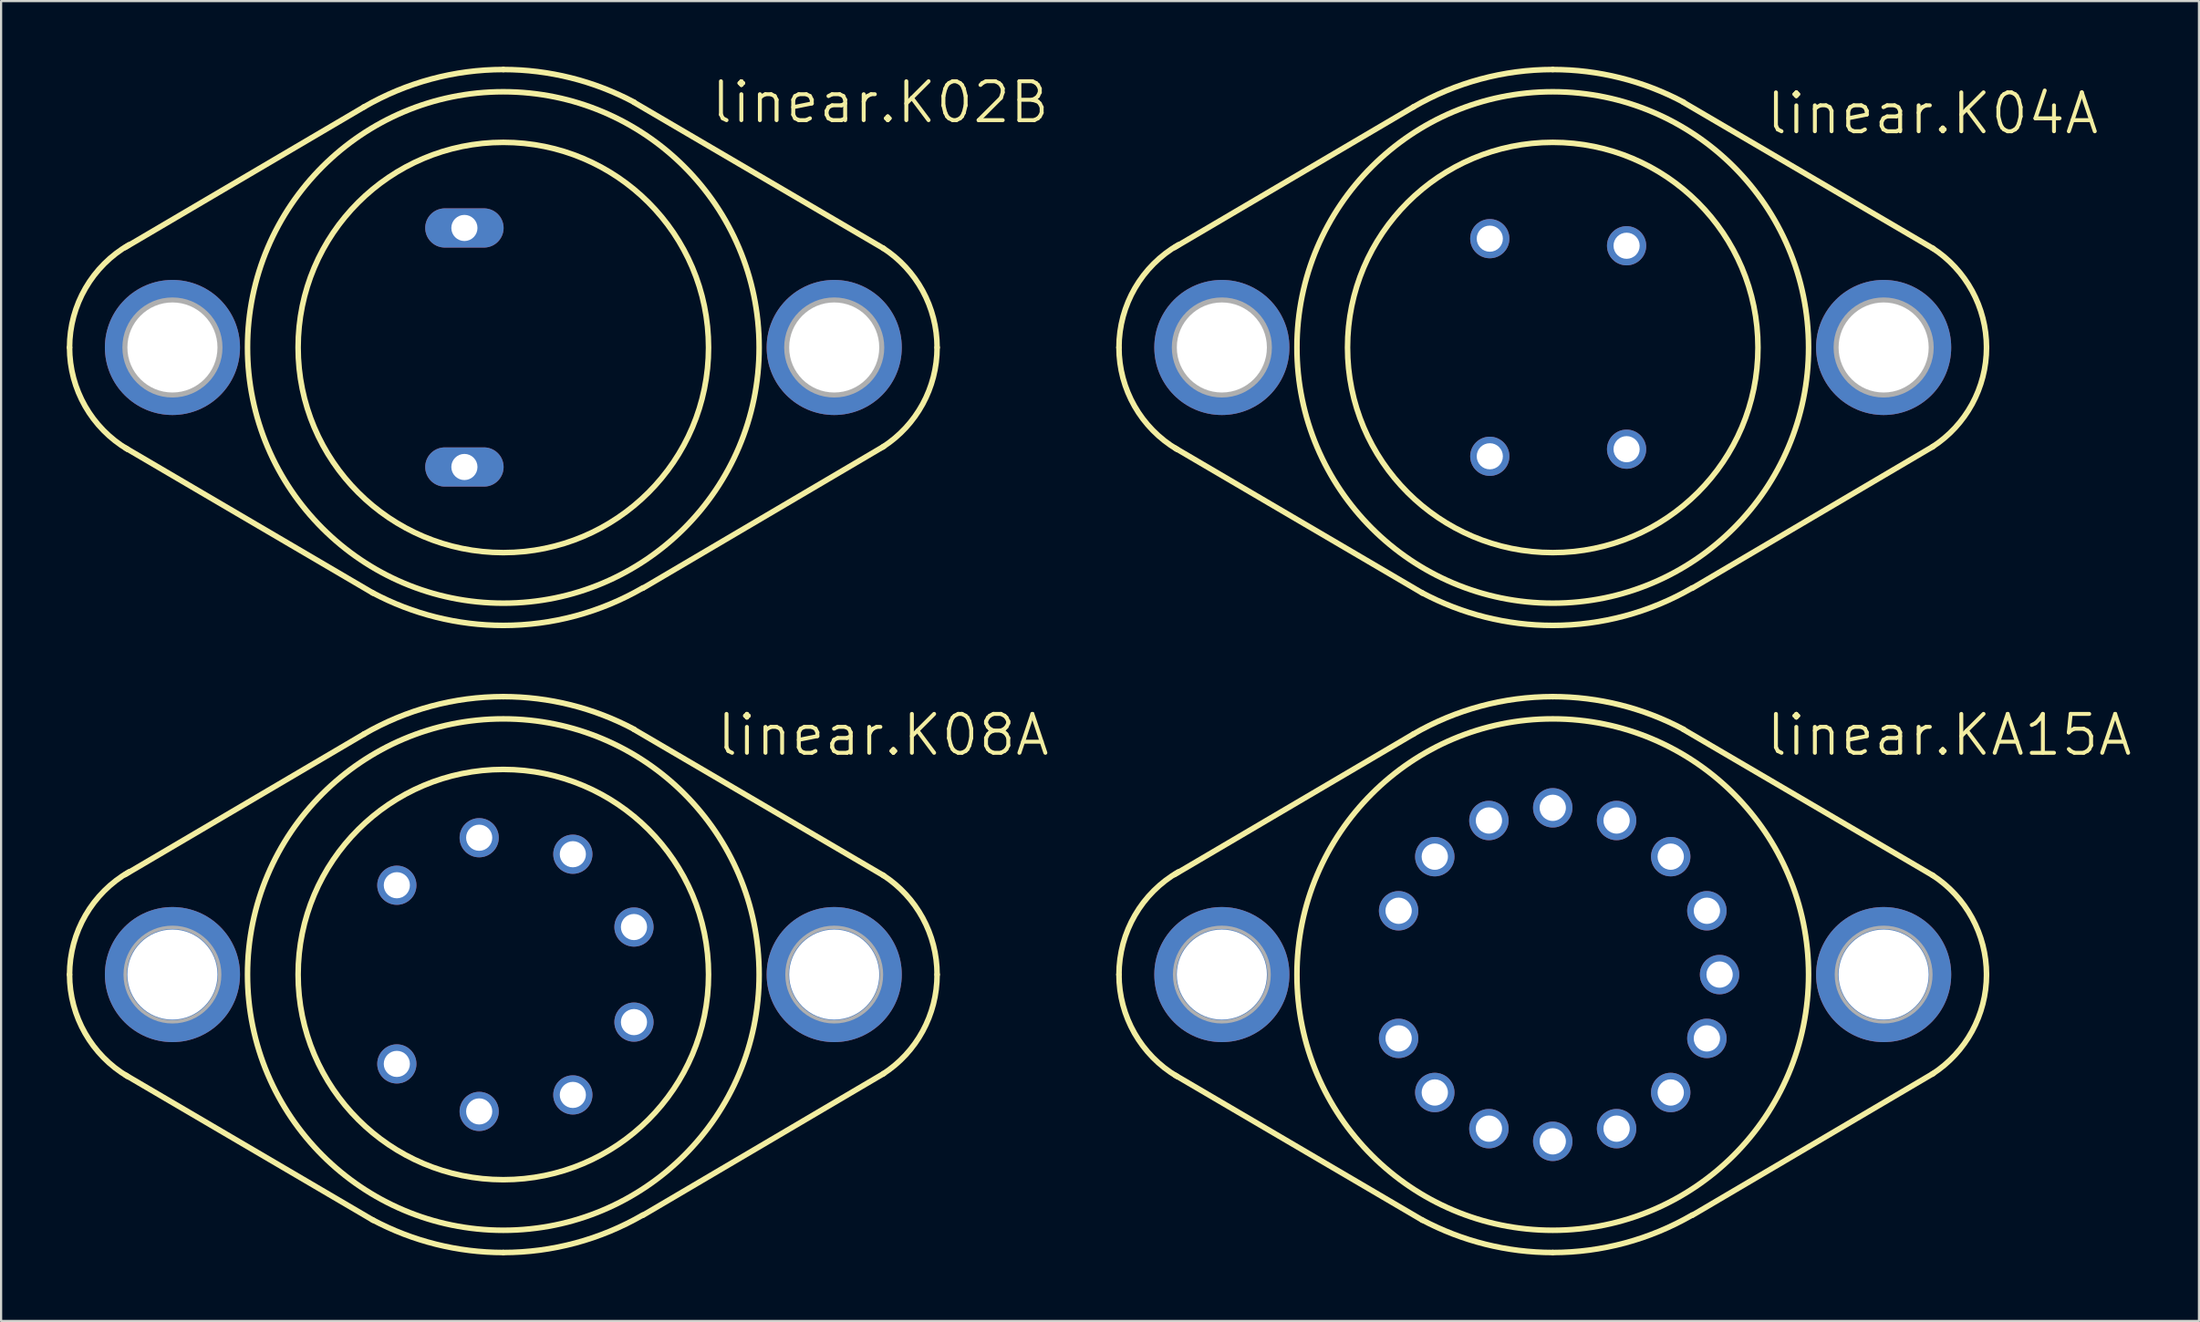
<source format=kicad_pcb>
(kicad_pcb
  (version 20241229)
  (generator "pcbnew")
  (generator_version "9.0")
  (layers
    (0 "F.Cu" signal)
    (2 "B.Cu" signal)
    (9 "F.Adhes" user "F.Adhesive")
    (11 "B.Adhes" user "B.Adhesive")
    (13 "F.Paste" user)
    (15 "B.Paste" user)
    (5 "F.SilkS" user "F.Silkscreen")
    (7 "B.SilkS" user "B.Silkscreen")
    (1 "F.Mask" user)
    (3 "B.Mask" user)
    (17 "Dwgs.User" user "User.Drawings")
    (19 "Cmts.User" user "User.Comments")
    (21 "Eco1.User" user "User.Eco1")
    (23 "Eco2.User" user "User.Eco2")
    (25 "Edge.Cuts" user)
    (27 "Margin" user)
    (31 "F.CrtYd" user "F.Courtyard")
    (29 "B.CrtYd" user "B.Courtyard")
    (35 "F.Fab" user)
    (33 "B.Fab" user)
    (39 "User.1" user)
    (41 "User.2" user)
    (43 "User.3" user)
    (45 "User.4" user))
  (footprint "linear.KA15A"
    (layer "F.Cu")
    (at 67.87 41.481)
    (property "Reference" "linear.KA15A" (at 9.652 -9.906 0) (layer "F.SilkS") (effects (font (size 1.778 1.778) (thickness 0.18)) (justify left bottom)))
    (attr through_hole)
    (fp_line (start -6.35 -10.998) (end -17.272 -4.572) (stroke (width 0.254) (type default)) (layer "F.SilkS"))
    (fp_line (start -5.944 11.227) (end -17.247 4.597) (stroke (width 0.254) (type default)) (layer "F.SilkS"))
    (fp_line (start 5.969 -11.201) (end 17.374 -4.521) (stroke (width 0.254) (type default)) (layer "F.SilkS"))
    (fp_line (start 6.375 10.998) (end 17.374 4.521) (stroke (width 0.254) (type default)) (layer "F.SilkS"))
    (fp_arc (start -19.812 0) (mid -19.08306 -2.712168) (end -17.0927 -4.6935) (stroke (width 0.254) (type default)) (layer "F.SilkS"))
    (fp_arc (start -17.1555 4.657) (mid -19.101186 2.680705) (end -19.812 0) (stroke (width 0.254) (type default)) (layer "F.SilkS"))
    (fp_arc (start -6.3718 -10.9859) (mid -3.299165 -12.263989) (end 0 -12.7) (stroke (width 0.254) (type default)) (layer "F.SilkS"))
    (fp_arc (start 0 -12.7) (mid 3.080216 -12.320822) (end 5.9765 -11.2059) (stroke (width 0.254) (type default)) (layer "F.SilkS"))
    (fp_arc (start 0 12.7) (mid -3.080216 12.320822) (end -5.9765 11.2059) (stroke (width 0.254) (type default)) (layer "F.SilkS"))
    (fp_arc (start 6.3718 10.9859) (mid 3.299165 12.263989) (end 0 12.7) (stroke (width 0.254) (type default)) (layer "F.SilkS"))
    (fp_arc (start 17.3366 -4.545) (mid 19.153012 -2.587691) (end 19.812 0) (stroke (width 0.254) (type default)) (layer "F.SilkS"))
    (fp_arc (start 19.812 0) (mid 19.153012 2.587691) (end 17.3366 4.545) (stroke (width 0.254) (type default)) (layer "F.SilkS"))
    (fp_circle (center 0 0) (end 11.684 0) (stroke (width 0.254) (type default)) (fill no) (layer "F.SilkS"))
    (fp_circle (center -15.113 0) (end -12.954 0) (stroke (width 0.152) (type default)) (fill no) (layer "F.Fab"))
    (fp_circle (center 15.113 0) (end 17.272 0) (stroke (width 0.152) (type default)) (fill no) (layer "F.Fab"))
    (pad "1" thru_hole circle (at -7.04 2.916) (size 1.8 1.8) (drill 1.2) (layers "*.Cu" "*.Mask"))
    (pad "2" thru_hole circle (at -5.388 5.388) (size 1.8 1.8) (drill 1.2) (layers "*.Cu" "*.Mask"))
    (pad "3" thru_hole circle (at -2.916 7.04) (size 1.8 1.8) (drill 1.2) (layers "*.Cu" "*.Mask"))
    (pad "4" thru_hole circle (at 0 7.62) (size 1.8 1.8) (drill 1.2) (layers "*.Cu" "*.Mask"))
    (pad "5" thru_hole circle (at 2.916 7.04) (size 1.8 1.8) (drill 1.2) (layers "*.Cu" "*.Mask"))
    (pad "6" thru_hole circle (at 5.388 5.388) (size 1.8 1.8) (drill 1.2) (layers "*.Cu" "*.Mask"))
    (pad "7" thru_hole circle (at 7.04 2.916) (size 1.8 1.8) (drill 1.2) (layers "*.Cu" "*.Mask"))
    (pad "8" thru_hole circle (at 7.62 0) (size 1.8 1.8) (drill 1.2) (layers "*.Cu" "*.Mask"))
    (pad "9" thru_hole circle (at 7.04 -2.916) (size 1.8 1.8) (drill 1.2) (layers "*.Cu" "*.Mask"))
    (pad "10" thru_hole circle (at 5.388 -5.388) (size 1.8 1.8) (drill 1.2) (layers "*.Cu" "*.Mask"))
    (pad "11" thru_hole circle (at 2.916 -7.04) (size 1.8 1.8) (drill 1.2) (layers "*.Cu" "*.Mask"))
    (pad "12" thru_hole circle (at 0 -7.62) (size 1.8 1.8) (drill 1.2) (layers "*.Cu" "*.Mask"))
    (pad "13" thru_hole circle (at -2.916 -7.04) (size 1.8 1.8) (drill 1.2) (layers "*.Cu" "*.Mask"))
    (pad "14" thru_hole circle (at -5.388 -5.388) (size 1.8 1.8) (drill 1.2) (layers "*.Cu" "*.Mask"))
    (pad "15" thru_hole circle (at -7.04 -2.916) (size 1.8 1.8) (drill 1.2) (layers "*.Cu" "*.Mask"))
    (pad "16" thru_hole circle (at -15.113 0) (size 6.172 6.172) (drill 4.115) (layers "*.Cu" "*.Mask"))
    (pad "16/" thru_hole circle (at 15.113 0) (size 6.172 6.172) (drill 4.115) (layers "*.Cu" "*.Mask")))
  (footprint "linear.K04A"
    (layer "F.Cu")
    (at 67.87 12.827)
    (property "Reference" "linear.K04A" (at 9.652 -9.652 0) (layer "F.SilkS") (effects (font (size 1.778 1.778) (thickness 0.18)) (justify left bottom)))
    (attr through_hole)
    (fp_line (start -6.35 -10.998) (end -17.272 -4.572) (stroke (width 0.254) (type default)) (layer "F.SilkS"))
    (fp_line (start -5.944 11.227) (end -17.247 4.597) (stroke (width 0.254) (type default)) (layer "F.SilkS"))
    (fp_line (start 5.969 -11.201) (end 17.374 -4.521) (stroke (width 0.254) (type default)) (layer "F.SilkS"))
    (fp_line (start 6.375 10.998) (end 17.374 4.521) (stroke (width 0.254) (type default)) (layer "F.SilkS"))
    (fp_arc (start -19.812 0) (mid -19.08306 -2.712168) (end -17.0927 -4.6935) (stroke (width 0.254) (type default)) (layer "F.SilkS"))
    (fp_arc (start -17.1555 4.657) (mid -19.101186 2.680705) (end -19.812 0) (stroke (width 0.254) (type default)) (layer "F.SilkS"))
    (fp_arc (start -6.3718 -10.9859) (mid -3.299165 -12.263989) (end 0 -12.7) (stroke (width 0.254) (type default)) (layer "F.SilkS"))
    (fp_arc (start 0 -12.7) (mid 3.080216 -12.320822) (end 5.9765 -11.2059) (stroke (width 0.254) (type default)) (layer "F.SilkS"))
    (fp_arc (start 0 12.7) (mid -3.080216 12.320822) (end -5.9765 11.2059) (stroke (width 0.254) (type default)) (layer "F.SilkS"))
    (fp_arc (start 6.3718 10.9859) (mid 3.299165 12.263989) (end 0 12.7) (stroke (width 0.254) (type default)) (layer "F.SilkS"))
    (fp_arc (start 17.3366 -4.545) (mid 19.153012 -2.587691) (end 19.812 0) (stroke (width 0.254) (type default)) (layer "F.SilkS"))
    (fp_arc (start 19.812 0) (mid 19.153012 2.587691) (end 17.3366 4.545) (stroke (width 0.254) (type default)) (layer "F.SilkS"))
    (fp_circle (center 0 0) (end 9.373 0) (stroke (width 0.254) (type default)) (fill no) (layer "F.SilkS"))
    (fp_circle (center 0 0) (end 11.684 0) (stroke (width 0.254) (type default)) (fill no) (layer "F.SilkS"))
    (fp_circle (center -15.113 0) (end -12.954 0) (stroke (width 0.254) (type default)) (fill no) (layer "F.Fab"))
    (fp_circle (center 15.113 0) (end 17.272 0) (stroke (width 0.254) (type default)) (fill no) (layer "F.Fab"))
    (pad "1" thru_hole circle (at -2.875 4.972) (size 1.791 1.791) (drill 1.194) (layers "*.Cu" "*.Mask"))
    (pad "2" thru_hole circle (at 3.373 4.648) (size 1.791 1.791) (drill 1.194) (layers "*.Cu" "*.Mask"))
    (pad "3" thru_hole circle (at 3.373 -4.648) (size 1.791 1.791) (drill 1.194) (layers "*.Cu" "*.Mask"))
    (pad "4" thru_hole circle (at -2.875 -4.972) (size 1.791 1.791) (drill 1.194) (layers "*.Cu" "*.Mask"))
    (pad "5" thru_hole circle (at 15.113 0) (size 6.172 6.172) (drill 4.115) (layers "*.Cu" "*.Mask"))
    (pad "5/" thru_hole circle (at -15.113 0) (size 6.172 6.172) (drill 4.115) (layers "*.Cu" "*.Mask")))
  (footprint "linear.K08A"
    (layer "F.Cu")
    (at 19.939 41.481)
    (property "Reference" "linear.K08A" (at 9.652 -9.906 0) (layer "F.SilkS") (effects (font (size 1.778 1.778) (thickness 0.18)) (justify left bottom)))
    (attr through_hole)
    (fp_line (start -6.35 -10.998) (end -17.272 -4.572) (stroke (width 0.254) (type default)) (layer "F.SilkS"))
    (fp_line (start -5.944 11.227) (end -17.247 4.597) (stroke (width 0.254) (type default)) (layer "F.SilkS"))
    (fp_line (start 5.969 -11.201) (end 17.374 -4.521) (stroke (width 0.254) (type default)) (layer "F.SilkS"))
    (fp_line (start 6.375 10.998) (end 17.374 4.521) (stroke (width 0.254) (type default)) (layer "F.SilkS"))
    (fp_arc (start -19.812 0) (mid -19.08306 -2.712168) (end -17.0927 -4.6935) (stroke (width 0.254) (type default)) (layer "F.SilkS"))
    (fp_arc (start -17.1555 4.657) (mid -19.101186 2.680705) (end -19.812 0) (stroke (width 0.254) (type default)) (layer "F.SilkS"))
    (fp_arc (start -6.3718 -10.9859) (mid -3.299165 -12.263989) (end 0 -12.7) (stroke (width 0.254) (type default)) (layer "F.SilkS"))
    (fp_arc (start 0 -12.7) (mid 3.080216 -12.320822) (end 5.9765 -11.2059) (stroke (width 0.254) (type default)) (layer "F.SilkS"))
    (fp_arc (start 0 12.7) (mid -3.080216 12.320822) (end -5.9765 11.2059) (stroke (width 0.254) (type default)) (layer "F.SilkS"))
    (fp_arc (start 6.3718 10.9859) (mid 3.299165 12.263989) (end 0 12.7) (stroke (width 0.254) (type default)) (layer "F.SilkS"))
    (fp_arc (start 17.3366 -4.545) (mid 19.153012 -2.587691) (end 19.812 0) (stroke (width 0.254) (type default)) (layer "F.SilkS"))
    (fp_arc (start 19.812 0) (mid 19.153012 2.587691) (end 17.3366 4.545) (stroke (width 0.254) (type default)) (layer "F.SilkS"))
    (fp_circle (center 0 0) (end 9.373 0) (stroke (width 0.254) (type default)) (fill no) (layer "F.SilkS"))
    (fp_circle (center 0 0) (end 11.684 0) (stroke (width 0.254) (type default)) (fill no) (layer "F.SilkS"))
    (fp_circle (center -15.113 0) (end -12.954 0) (stroke (width 0.152) (type default)) (fill no) (layer "F.Fab"))
    (fp_circle (center 15.113 0) (end 17.272 0) (stroke (width 0.152) (type default)) (fill no) (layer "F.Fab"))
    (pad "1" thru_hole circle (at -4.864 4.082) (size 1.791 1.791) (drill 1.194) (layers "*.Cu" "*.Mask"))
    (pad "2" thru_hole circle (at -1.103 6.253) (size 1.791 1.791) (drill 1.194) (layers "*.Cu" "*.Mask"))
    (pad "3" thru_hole circle (at 3.175 5.499) (size 1.791 1.791) (drill 1.194) (layers "*.Cu" "*.Mask"))
    (pad "4" thru_hole circle (at 5.967 2.172) (size 1.791 1.791) (drill 1.194) (layers "*.Cu" "*.Mask"))
    (pad "5" thru_hole circle (at 5.967 -2.172) (size 1.791 1.791) (drill 1.194) (layers "*.Cu" "*.Mask"))
    (pad "6" thru_hole circle (at 3.175 -5.499) (size 1.791 1.791) (drill 1.194) (layers "*.Cu" "*.Mask"))
    (pad "7" thru_hole circle (at -1.103 -6.253) (size 1.791 1.791) (drill 1.194) (layers "*.Cu" "*.Mask"))
    (pad "8" thru_hole circle (at -4.864 -4.082) (size 1.791 1.791) (drill 1.194) (layers "*.Cu" "*.Mask"))
    (pad "C" thru_hole circle (at 15.113 0) (size 6.172 6.172) (drill 4.115) (layers "*.Cu" "*.Mask"))
    (pad "C/" thru_hole circle (at -15.113 0) (size 6.172 6.172) (drill 4.115) (layers "*.Cu" "*.Mask")))
  (footprint "linear.K02B"
    (layer "F.Cu")
    (at 19.939 12.827)
    (property "Reference" "linear.K02B" (at 9.398 -10.16 0) (layer "F.SilkS") (effects (font (size 1.778 1.778) (thickness 0.18)) (justify left bottom)))
    (attr through_hole)
    (fp_line (start -6.35 -10.998) (end -17.272 -4.572) (stroke (width 0.254) (type default)) (layer "F.SilkS"))
    (fp_line (start -5.944 11.227) (end -17.247 4.597) (stroke (width 0.254) (type default)) (layer "F.SilkS"))
    (fp_line (start 5.969 -11.201) (end 17.374 -4.521) (stroke (width 0.254) (type default)) (layer "F.SilkS"))
    (fp_line (start 6.375 10.998) (end 17.374 4.521) (stroke (width 0.254) (type default)) (layer "F.SilkS"))
    (fp_arc (start -19.812 0) (mid -19.08306 -2.712168) (end -17.0927 -4.6935) (stroke (width 0.254) (type default)) (layer "F.SilkS"))
    (fp_arc (start -17.1555 4.657) (mid -19.101186 2.680705) (end -19.812 0) (stroke (width 0.254) (type default)) (layer "F.SilkS"))
    (fp_arc (start -6.3718 -10.9859) (mid -3.299165 -12.263989) (end 0 -12.7) (stroke (width 0.254) (type default)) (layer "F.SilkS"))
    (fp_arc (start 0 -12.7) (mid 3.080216 -12.320822) (end 5.9765 -11.2059) (stroke (width 0.254) (type default)) (layer "F.SilkS"))
    (fp_arc (start 0 12.7) (mid -3.080216 12.320822) (end -5.9765 11.2059) (stroke (width 0.254) (type default)) (layer "F.SilkS"))
    (fp_arc (start 6.3718 10.9859) (mid 3.299165 12.263989) (end 0 12.7) (stroke (width 0.254) (type default)) (layer "F.SilkS"))
    (fp_arc (start 17.3366 -4.545) (mid 19.153012 -2.587691) (end 19.812 0) (stroke (width 0.254) (type default)) (layer "F.SilkS"))
    (fp_arc (start 19.812 0) (mid 19.153012 2.587691) (end 17.3366 4.545) (stroke (width 0.254) (type default)) (layer "F.SilkS"))
    (fp_circle (center 0 0) (end 9.373 0) (stroke (width 0.254) (type default)) (fill no) (layer "F.SilkS"))
    (fp_circle (center 0 0) (end 11.684 0) (stroke (width 0.254) (type default)) (fill no) (layer "F.SilkS"))
    (fp_circle (center -15.113 0) (end -12.954 0) (stroke (width 0.254) (type default)) (fill no) (layer "F.Fab"))
    (fp_circle (center 15.113 0) (end 17.272 0) (stroke (width 0.254) (type default)) (fill no) (layer "F.Fab"))
    (pad "1" thru_hole oval (at -1.778 -5.461) (size 3.581 1.791) (drill 1.194) (layers "*.Cu" "*.Mask"))
    (pad "2" thru_hole oval (at -1.778 5.461) (size 3.581 1.791) (drill 1.194) (layers "*.Cu" "*.Mask"))
    (pad "3" thru_hole circle (at 15.113 0) (size 6.172 6.172) (drill 4.115) (layers "*.Cu" "*.Mask"))
    (pad "3/" thru_hole circle (at -15.113 0) (size 6.172 6.172) (drill 4.115) (layers "*.Cu" "*.Mask")))
  (gr_rect
    (start -3 -3)
    (end 97.385 57.308)
    (stroke (width 0.1) (type default))
    (fill no)
    (layer "Edge.Cuts")))
</source>
